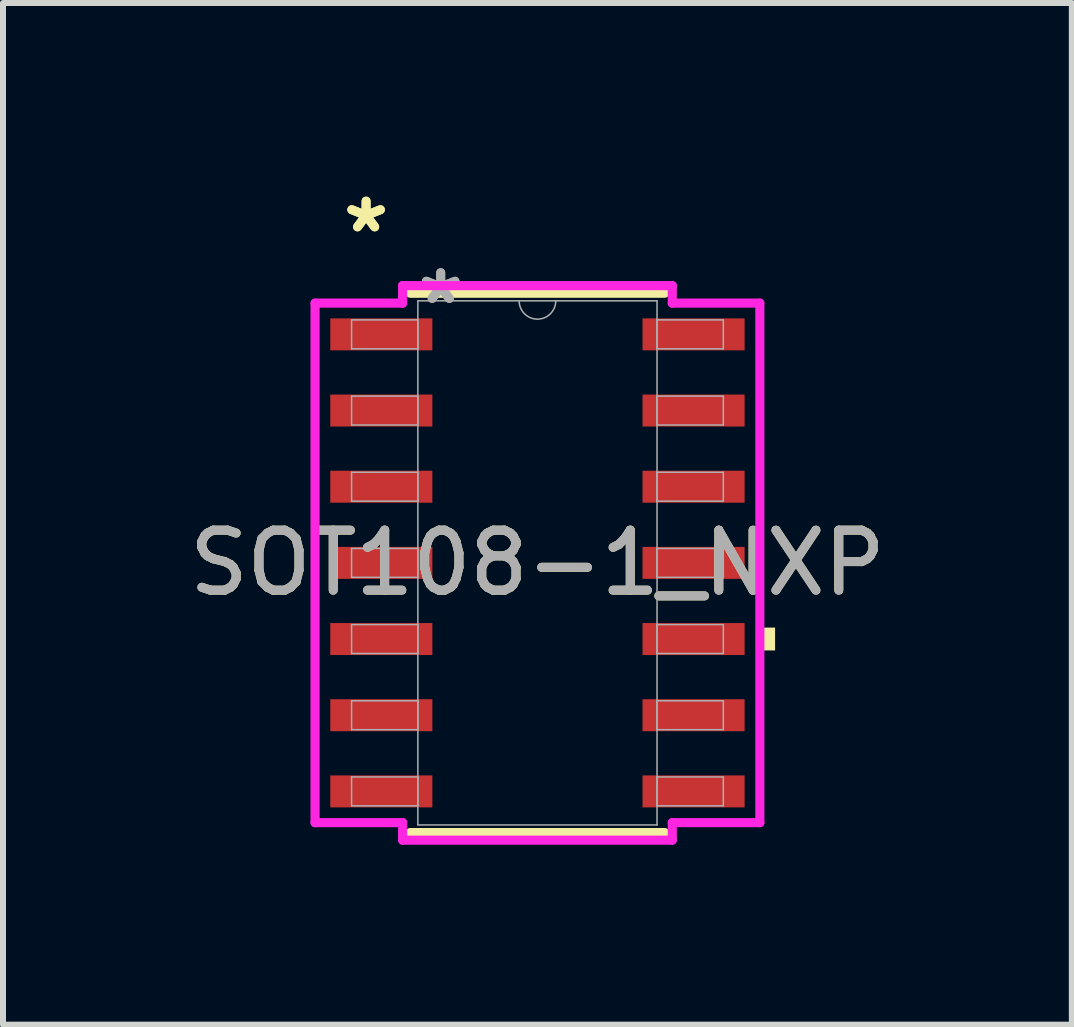
<source format=kicad_pcb>
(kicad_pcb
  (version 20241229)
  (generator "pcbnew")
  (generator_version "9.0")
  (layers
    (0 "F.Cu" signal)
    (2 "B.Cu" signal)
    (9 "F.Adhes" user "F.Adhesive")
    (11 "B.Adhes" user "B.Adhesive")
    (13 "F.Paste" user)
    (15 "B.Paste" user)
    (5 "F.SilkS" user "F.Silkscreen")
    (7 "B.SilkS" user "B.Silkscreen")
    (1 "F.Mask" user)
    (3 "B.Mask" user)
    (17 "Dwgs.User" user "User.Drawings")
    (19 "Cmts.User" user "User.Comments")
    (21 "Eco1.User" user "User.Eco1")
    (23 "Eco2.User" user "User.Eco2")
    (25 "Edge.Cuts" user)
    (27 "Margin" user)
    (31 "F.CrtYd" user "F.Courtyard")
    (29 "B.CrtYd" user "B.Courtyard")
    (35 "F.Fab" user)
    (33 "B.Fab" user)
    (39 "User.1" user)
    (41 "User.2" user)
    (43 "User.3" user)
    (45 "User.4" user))
  (footprint "SOT108-1_NXP"
    (layer "F.Cu")
    (at 5.911 6.335)
    (property "Reference" "SOT108-1_NXP" (at 0 0 0) (unlocked yes) (layer "F.SilkS") (effects (font (size 1 1) (thickness 0.15))))
    (attr smd)
    (fp_line (start -2.121 4.496) (end 2.121 4.496) (stroke (width 0.152) (type solid)) (layer "F.SilkS"))
    (fp_line (start 2.121 -4.496) (end -2.121 -4.496) (stroke (width 0.152) (type solid)) (layer "F.SilkS"))
    (fp_poly (pts (xy 3.962 1.079) (xy 3.962 1.46) (xy 3.708 1.46) (xy 3.708 1.079)) (stroke (width 0) (type solid)) (fill yes) (layer "F.SilkS"))
    (fp_line (start -3.708 -4.331) (end -2.248 -4.331) (stroke (width 0.152) (type solid)) (layer "F.CrtYd"))
    (fp_line (start -3.708 4.331) (end -3.708 -4.331) (stroke (width 0.152) (type solid)) (layer "F.CrtYd"))
    (fp_line (start -3.708 4.331) (end -2.248 4.331) (stroke (width 0.152) (type solid)) (layer "F.CrtYd"))
    (fp_line (start -2.248 -4.623) (end 2.248 -4.623) (stroke (width 0.152) (type solid)) (layer "F.CrtYd"))
    (fp_line (start -2.248 -4.331) (end -2.248 -4.623) (stroke (width 0.152) (type solid)) (layer "F.CrtYd"))
    (fp_line (start -2.248 4.623) (end -2.248 4.331) (stroke (width 0.152) (type solid)) (layer "F.CrtYd"))
    (fp_line (start 2.248 -4.623) (end 2.248 -4.331) (stroke (width 0.152) (type solid)) (layer "F.CrtYd"))
    (fp_line (start 2.248 4.331) (end 2.248 4.623) (stroke (width 0.152) (type solid)) (layer "F.CrtYd"))
    (fp_line (start 2.248 4.623) (end -2.248 4.623) (stroke (width 0.152) (type solid)) (layer "F.CrtYd"))
    (fp_line (start 3.708 -4.331) (end 2.248 -4.331) (stroke (width 0.152) (type solid)) (layer "F.CrtYd"))
    (fp_line (start 3.708 -4.331) (end 3.708 4.331) (stroke (width 0.152) (type solid)) (layer "F.CrtYd"))
    (fp_line (start 3.708 4.331) (end 2.248 4.331) (stroke (width 0.152) (type solid)) (layer "F.CrtYd"))
    (fp_line (start -3.099 -4.051) (end -3.099 -3.569) (stroke (width 0.025) (type solid)) (layer "F.Fab"))
    (fp_line (start -3.099 -3.569) (end -1.994 -3.569) (stroke (width 0.025) (type solid)) (layer "F.Fab"))
    (fp_line (start -3.099 -2.781) (end -3.099 -2.299) (stroke (width 0.025) (type solid)) (layer "F.Fab"))
    (fp_line (start -3.099 -2.299) (end -1.994 -2.299) (stroke (width 0.025) (type solid)) (layer "F.Fab"))
    (fp_line (start -3.099 -1.511) (end -3.099 -1.029) (stroke (width 0.025) (type solid)) (layer "F.Fab"))
    (fp_line (start -3.099 -1.029) (end -1.994 -1.029) (stroke (width 0.025) (type solid)) (layer "F.Fab"))
    (fp_line (start -3.099 -0.241) (end -3.099 0.241) (stroke (width 0.025) (type solid)) (layer "F.Fab"))
    (fp_line (start -3.099 0.241) (end -1.994 0.241) (stroke (width 0.025) (type solid)) (layer "F.Fab"))
    (fp_line (start -3.099 1.029) (end -3.099 1.511) (stroke (width 0.025) (type solid)) (layer "F.Fab"))
    (fp_line (start -3.099 1.511) (end -1.994 1.511) (stroke (width 0.025) (type solid)) (layer "F.Fab"))
    (fp_line (start -3.099 2.299) (end -3.099 2.781) (stroke (width 0.025) (type solid)) (layer "F.Fab"))
    (fp_line (start -3.099 2.781) (end -1.994 2.781) (stroke (width 0.025) (type solid)) (layer "F.Fab"))
    (fp_line (start -3.099 3.569) (end -3.099 4.051) (stroke (width 0.025) (type solid)) (layer "F.Fab"))
    (fp_line (start -3.099 4.051) (end -1.994 4.051) (stroke (width 0.025) (type solid)) (layer "F.Fab"))
    (fp_line (start -1.994 -4.369) (end -1.994 4.369) (stroke (width 0.025) (type solid)) (layer "F.Fab"))
    (fp_line (start -1.994 -4.051) (end -3.099 -4.051) (stroke (width 0.025) (type solid)) (layer "F.Fab"))
    (fp_line (start -1.994 -3.569) (end -1.994 -4.051) (stroke (width 0.025) (type solid)) (layer "F.Fab"))
    (fp_line (start -1.994 -2.781) (end -3.099 -2.781) (stroke (width 0.025) (type solid)) (layer "F.Fab"))
    (fp_line (start -1.994 -2.299) (end -1.994 -2.781) (stroke (width 0.025) (type solid)) (layer "F.Fab"))
    (fp_line (start -1.994 -1.511) (end -3.099 -1.511) (stroke (width 0.025) (type solid)) (layer "F.Fab"))
    (fp_line (start -1.994 -1.029) (end -1.994 -1.511) (stroke (width 0.025) (type solid)) (layer "F.Fab"))
    (fp_line (start -1.994 -0.241) (end -3.099 -0.241) (stroke (width 0.025) (type solid)) (layer "F.Fab"))
    (fp_line (start -1.994 0.241) (end -1.994 -0.241) (stroke (width 0.025) (type solid)) (layer "F.Fab"))
    (fp_line (start -1.994 1.029) (end -3.099 1.029) (stroke (width 0.025) (type solid)) (layer "F.Fab"))
    (fp_line (start -1.994 1.511) (end -1.994 1.029) (stroke (width 0.025) (type solid)) (layer "F.Fab"))
    (fp_line (start -1.994 2.299) (end -3.099 2.299) (stroke (width 0.025) (type solid)) (layer "F.Fab"))
    (fp_line (start -1.994 2.781) (end -1.994 2.299) (stroke (width 0.025) (type solid)) (layer "F.Fab"))
    (fp_line (start -1.994 3.569) (end -3.099 3.569) (stroke (width 0.025) (type solid)) (layer "F.Fab"))
    (fp_line (start -1.994 4.051) (end -1.994 3.569) (stroke (width 0.025) (type solid)) (layer "F.Fab"))
    (fp_line (start -1.994 4.369) (end 1.994 4.369) (stroke (width 0.025) (type solid)) (layer "F.Fab"))
    (fp_line (start 1.994 -4.369) (end -1.994 -4.369) (stroke (width 0.025) (type solid)) (layer "F.Fab"))
    (fp_line (start 1.994 -4.051) (end 1.994 -3.569) (stroke (width 0.025) (type solid)) (layer "F.Fab"))
    (fp_line (start 1.994 -3.569) (end 3.099 -3.569) (stroke (width 0.025) (type solid)) (layer "F.Fab"))
    (fp_line (start 1.994 -2.781) (end 1.994 -2.299) (stroke (width 0.025) (type solid)) (layer "F.Fab"))
    (fp_line (start 1.994 -2.299) (end 3.099 -2.299) (stroke (width 0.025) (type solid)) (layer "F.Fab"))
    (fp_line (start 1.994 -1.511) (end 1.994 -1.029) (stroke (width 0.025) (type solid)) (layer "F.Fab"))
    (fp_line (start 1.994 -1.029) (end 3.099 -1.029) (stroke (width 0.025) (type solid)) (layer "F.Fab"))
    (fp_line (start 1.994 -0.241) (end 1.994 0.241) (stroke (width 0.025) (type solid)) (layer "F.Fab"))
    (fp_line (start 1.994 0.241) (end 3.099 0.241) (stroke (width 0.025) (type solid)) (layer "F.Fab"))
    (fp_line (start 1.994 1.029) (end 1.994 1.511) (stroke (width 0.025) (type solid)) (layer "F.Fab"))
    (fp_line (start 1.994 1.511) (end 3.099 1.511) (stroke (width 0.025) (type solid)) (layer "F.Fab"))
    (fp_line (start 1.994 2.299) (end 1.994 2.781) (stroke (width 0.025) (type solid)) (layer "F.Fab"))
    (fp_line (start 1.994 2.781) (end 3.099 2.781) (stroke (width 0.025) (type solid)) (layer "F.Fab"))
    (fp_line (start 1.994 3.569) (end 1.994 4.051) (stroke (width 0.025) (type solid)) (layer "F.Fab"))
    (fp_line (start 1.994 4.051) (end 3.099 4.051) (stroke (width 0.025) (type solid)) (layer "F.Fab"))
    (fp_line (start 1.994 4.369) (end 1.994 -4.369) (stroke (width 0.025) (type solid)) (layer "F.Fab"))
    (fp_line (start 3.099 -4.051) (end 1.994 -4.051) (stroke (width 0.025) (type solid)) (layer "F.Fab"))
    (fp_line (start 3.099 -3.569) (end 3.099 -4.051) (stroke (width 0.025) (type solid)) (layer "F.Fab"))
    (fp_line (start 3.099 -2.781) (end 1.994 -2.781) (stroke (width 0.025) (type solid)) (layer "F.Fab"))
    (fp_line (start 3.099 -2.299) (end 3.099 -2.781) (stroke (width 0.025) (type solid)) (layer "F.Fab"))
    (fp_line (start 3.099 -1.511) (end 1.994 -1.511) (stroke (width 0.025) (type solid)) (layer "F.Fab"))
    (fp_line (start 3.099 -1.029) (end 3.099 -1.511) (stroke (width 0.025) (type solid)) (layer "F.Fab"))
    (fp_line (start 3.099 -0.241) (end 1.994 -0.241) (stroke (width 0.025) (type solid)) (layer "F.Fab"))
    (fp_line (start 3.099 0.241) (end 3.099 -0.241) (stroke (width 0.025) (type solid)) (layer "F.Fab"))
    (fp_line (start 3.099 1.029) (end 1.994 1.029) (stroke (width 0.025) (type solid)) (layer "F.Fab"))
    (fp_line (start 3.099 1.511) (end 3.099 1.029) (stroke (width 0.025) (type solid)) (layer "F.Fab"))
    (fp_line (start 3.099 2.299) (end 1.994 2.299) (stroke (width 0.025) (type solid)) (layer "F.Fab"))
    (fp_line (start 3.099 2.781) (end 3.099 2.299) (stroke (width 0.025) (type solid)) (layer "F.Fab"))
    (fp_line (start 3.099 3.569) (end 1.994 3.569) (stroke (width 0.025) (type solid)) (layer "F.Fab"))
    (fp_line (start 3.099 4.051) (end 3.099 3.569) (stroke (width 0.025) (type solid)) (layer "F.Fab"))
    (fp_arc (start 0.3048 -4.3688) (mid 0 -4.064) (end -0.3048 -4.3688) (stroke (width 0.0254) (type solid)) (layer "F.Fab"))
    (fp_text user "*" (at -2.857 -5.486 0) (unlocked yes) (layer "F.SilkS") (effects (font (size 1 1) (thickness 0.15))))
    (fp_text user "*" (at -2.857 -5.486 0) (layer "F.SilkS") (effects (font (size 1 1) (thickness 0.15))))
    (fp_text user "${REFERENCE}" (at 0 0 0) (unlocked yes) (layer "F.Fab") (effects (font (size 1 1) (thickness 0.15))))
    (fp_text user "*" (at -1.613 -4.293 0) (layer "F.Fab") (effects (font (size 1 1) (thickness 0.15))))
    (fp_text user "*" (at -1.613 -4.293 0) (unlocked yes) (layer "F.Fab") (effects (font (size 1 1) (thickness 0.15))))
    (pad "1" smd rect (at -2.603 -3.81) (size 1.702 0.533) (layers "F.Cu" "F.Mask" "F.Paste"))
    (pad "2" smd rect (at -2.603 -2.54) (size 1.702 0.533) (layers "F.Cu" "F.Mask" "F.Paste"))
    (pad "3" smd rect (at -2.603 -1.27) (size 1.702 0.533) (layers "F.Cu" "F.Mask" "F.Paste"))
    (pad "4" smd rect (at -2.603 0) (size 1.702 0.533) (layers "F.Cu" "F.Mask" "F.Paste"))
    (pad "5" smd rect (at -2.603 1.27) (size 1.702 0.533) (layers "F.Cu" "F.Mask" "F.Paste"))
    (pad "6" smd rect (at -2.603 2.54) (size 1.702 0.533) (layers "F.Cu" "F.Mask" "F.Paste"))
    (pad "7" smd rect (at -2.603 3.81) (size 1.702 0.533) (layers "F.Cu" "F.Mask" "F.Paste"))
    (pad "8" smd rect (at 2.603 3.81) (size 1.702 0.533) (layers "F.Cu" "F.Mask" "F.Paste"))
    (pad "9" smd rect (at 2.603 2.54) (size 1.702 0.533) (layers "F.Cu" "F.Mask" "F.Paste"))
    (pad "10" smd rect (at 2.603 1.27) (size 1.702 0.533) (layers "F.Cu" "F.Mask" "F.Paste"))
    (pad "11" smd rect (at 2.603 0) (size 1.702 0.533) (layers "F.Cu" "F.Mask" "F.Paste"))
    (pad "12" smd rect (at 2.603 -1.27) (size 1.702 0.533) (layers "F.Cu" "F.Mask" "F.Paste"))
    (pad "13" smd rect (at 2.603 -2.54) (size 1.702 0.533) (layers "F.Cu" "F.Mask" "F.Paste"))
    (pad "14" smd rect (at 2.603 -3.81) (size 1.702 0.533) (layers "F.Cu" "F.Mask" "F.Paste")))
  (gr_rect
    (start -3 -3)
    (end 14.821 14.034)
    (stroke (width 0.1) (type default))
    (fill no)
    (layer "Edge.Cuts")))
</source>
